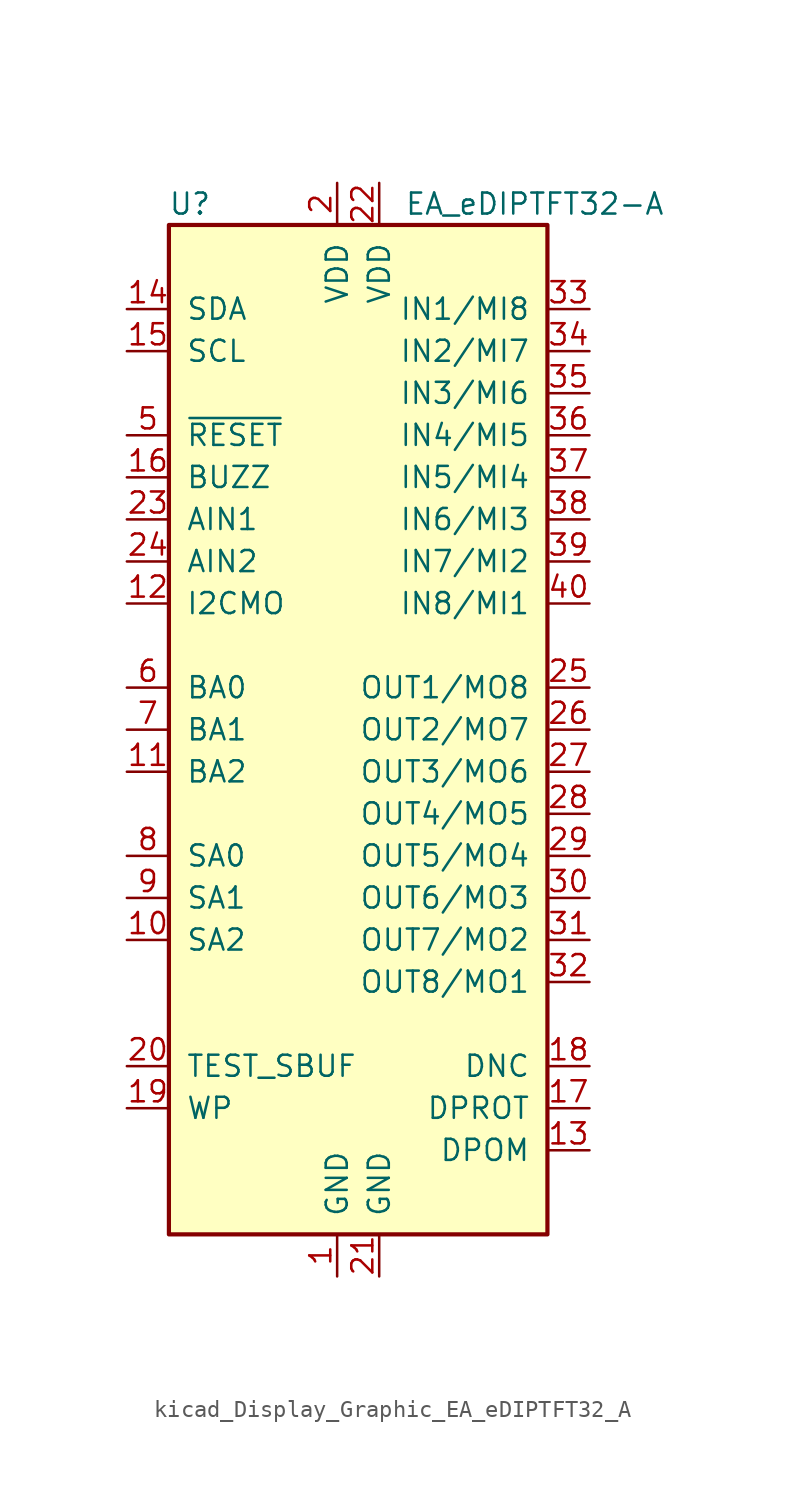
<source format=kicad_sym>
(kicad_symbol_lib
  (version 20220914)
  (generator kicad_symbol_editor)
  (symbol "kicad_Display_Graphic_EA_eDIPTFT32_A"
    (pin_names
      (offset 1.016))
    (property "Reference" "U"
      (at -11.43 31.75 0)
      (effects (font (size 1.27 1.27))))
    (property "Value" "EA_eDIPTFT32-A"
      (at 1.524 31.75 0)
      (effects (font (size 1.27 1.27)) (justify left)))
    (symbol "kicad_Display_Graphic_EA_eDIPTFT32_A_0_1"
      (rectangle (start -12.7 30.48) (end 10.16 -30.48) (stroke (width 0.254) (type default)) (fill (type background))))
    (symbol "kicad_Display_Graphic_EA_eDIPTFT32_A_1_1"
      (pin power_in line (at -2.54 -33.02 90) (length 2.54) (name "GND" (effects (font (size 1.27 1.27)))) (number "1" (effects (font (size 1.27 1.27)))))
      (pin input line (at -15.24 -12.7 0) (length 2.54) (name "SA2" (effects (font (size 1.27 1.27)))) (number "10" (effects (font (size 1.27 1.27)))))
      (pin input line (at -15.24 -2.54 0) (length 2.54) (name "BA2" (effects (font (size 1.27 1.27)))) (number "11" (effects (font (size 1.27 1.27)))))
      (pin input line (at -15.24 7.62 0) (length 2.54) (name "I2CMO" (effects (font (size 1.27 1.27)))) (number "12" (effects (font (size 1.27 1.27)))))
      (pin input line (at 12.7 -25.4 180) (length 2.54) (name "DPOM" (effects (font (size 1.27 1.27)))) (number "13" (effects (font (size 1.27 1.27)))))
      (pin bidirectional line (at -15.24 25.4 0) (length 2.54) (name "SDA" (effects (font (size 1.27 1.27)))) (number "14" (effects (font (size 1.27 1.27)))))
      (pin input line (at -15.24 22.86 0) (length 2.54) (name "SCL" (effects (font (size 1.27 1.27)))) (number "15" (effects (font (size 1.27 1.27)))))
      (pin output line (at -15.24 15.24 0) (length 2.54) (name "BUZZ" (effects (font (size 1.27 1.27)))) (number "16" (effects (font (size 1.27 1.27)))))
      (pin input line (at 12.7 -22.86 180) (length 2.54) (name "DPROT" (effects (font (size 1.27 1.27)))) (number "17" (effects (font (size 1.27 1.27)))))
      (pin output line (at 12.7 -20.32 180) (length 2.54) (name "DNC" (effects (font (size 1.27 1.27)))) (number "18" (effects (font (size 1.27 1.27)))))
      (pin input line (at -15.24 -22.86 0) (length 2.54) (name "WP" (effects (font (size 1.27 1.27)))) (number "19" (effects (font (size 1.27 1.27)))))
      (pin power_in line (at -2.54 33.02 270) (length 2.54) (name "VDD" (effects (font (size 1.27 1.27)))) (number "2" (effects (font (size 1.27 1.27)))))
      (pin bidirectional line (at -15.24 -20.32 0) (length 2.54) (name "TEST_SBUF" (effects (font (size 1.27 1.27)))) (number "20" (effects (font (size 1.27 1.27)))))
      (pin power_in line (at 0 -33.02 90) (length 2.54) (name "GND" (effects (font (size 1.27 1.27)))) (number "21" (effects (font (size 1.27 1.27)))))
      (pin power_in line (at 0 33.02 270) (length 2.54) (name "VDD" (effects (font (size 1.27 1.27)))) (number "22" (effects (font (size 1.27 1.27)))))
      (pin input line (at -15.24 12.7 0) (length 2.54) (name "AIN1" (effects (font (size 1.27 1.27)))) (number "23" (effects (font (size 1.27 1.27)))))
      (pin input line (at -15.24 10.16 0) (length 2.54) (name "AIN2" (effects (font (size 1.27 1.27)))) (number "24" (effects (font (size 1.27 1.27)))))
      (pin output line (at 12.7 2.54 180) (length 2.54) (name "OUT1/MO8" (effects (font (size 1.27 1.27)))) (number "25" (effects (font (size 1.27 1.27)))))
      (pin output line (at 12.7 0 180) (length 2.54) (name "OUT2/MO7" (effects (font (size 1.27 1.27)))) (number "26" (effects (font (size 1.27 1.27)))))
      (pin output line (at 12.7 -2.54 180) (length 2.54) (name "OUT3/MO6" (effects (font (size 1.27 1.27)))) (number "27" (effects (font (size 1.27 1.27)))))
      (pin output line (at 12.7 -5.08 180) (length 2.54) (name "OUT4/MO5" (effects (font (size 1.27 1.27)))) (number "28" (effects (font (size 1.27 1.27)))))
      (pin output line (at 12.7 -7.62 180) (length 2.54) (name "OUT5/MO4" (effects (font (size 1.27 1.27)))) (number "29" (effects (font (size 1.27 1.27)))))
      (pin no_connect line (at 10.16 -27.94 180) (length 2.54) hide (name "NC" (effects (font (size 1.27 1.27)))) (number "3" (effects (font (size 1.27 1.27)))))
      (pin output line (at 12.7 -10.16 180) (length 2.54) (name "OUT6/MO3" (effects (font (size 1.27 1.27)))) (number "30" (effects (font (size 1.27 1.27)))))
      (pin output line (at 12.7 -12.7 180) (length 2.54) (name "OUT7/MO2" (effects (font (size 1.27 1.27)))) (number "31" (effects (font (size 1.27 1.27)))))
      (pin output line (at 12.7 -15.24 180) (length 2.54) (name "OUT8/MO1" (effects (font (size 1.27 1.27)))) (number "32" (effects (font (size 1.27 1.27)))))
      (pin input line (at 12.7 25.4 180) (length 2.54) (name "IN1/MI8" (effects (font (size 1.27 1.27)))) (number "33" (effects (font (size 1.27 1.27)))))
      (pin input line (at 12.7 22.86 180) (length 2.54) (name "IN2/MI7" (effects (font (size 1.27 1.27)))) (number "34" (effects (font (size 1.27 1.27)))))
      (pin input line (at 12.7 20.32 180) (length 2.54) (name "IN3/MI6" (effects (font (size 1.27 1.27)))) (number "35" (effects (font (size 1.27 1.27)))))
      (pin input line (at 12.7 17.78 180) (length 2.54) (name "IN4/MI5" (effects (font (size 1.27 1.27)))) (number "36" (effects (font (size 1.27 1.27)))))
      (pin input line (at 12.7 15.24 180) (length 2.54) (name "IN5/MI4" (effects (font (size 1.27 1.27)))) (number "37" (effects (font (size 1.27 1.27)))))
      (pin input line (at 12.7 12.7 180) (length 2.54) (name "IN6/MI3" (effects (font (size 1.27 1.27)))) (number "38" (effects (font (size 1.27 1.27)))))
      (pin input line (at 12.7 10.16 180) (length 2.54) (name "IN7/MI2" (effects (font (size 1.27 1.27)))) (number "39" (effects (font (size 1.27 1.27)))))
      (pin no_connect line (at -12.7 -27.94 0) (length 2.54) hide (name "NC" (effects (font (size 1.27 1.27)))) (number "4" (effects (font (size 1.27 1.27)))))
      (pin input line (at 12.7 7.62 180) (length 2.54) (name "IN8/MI1" (effects (font (size 1.27 1.27)))) (number "40" (effects (font (size 1.27 1.27)))))
      (pin input line (at -15.24 17.78 0) (length 2.54) (name "~{RESET}" (effects (font (size 1.27 1.27)))) (number "5" (effects (font (size 1.27 1.27)))))
      (pin input line (at -15.24 2.54 0) (length 2.54) (name "BA0" (effects (font (size 1.27 1.27)))) (number "6" (effects (font (size 1.27 1.27)))))
      (pin input line (at -15.24 0 0) (length 2.54) (name "BA1" (effects (font (size 1.27 1.27)))) (number "7" (effects (font (size 1.27 1.27)))))
      (pin input line (at -15.24 -7.62 0) (length 2.54) (name "SA0" (effects (font (size 1.27 1.27)))) (number "8" (effects (font (size 1.27 1.27)))))
      (pin input line (at -15.24 -10.16 0) (length 2.54) (name "SA1" (effects (font (size 1.27 1.27)))) (number "9" (effects (font (size 1.27 1.27))))))))
</source>
